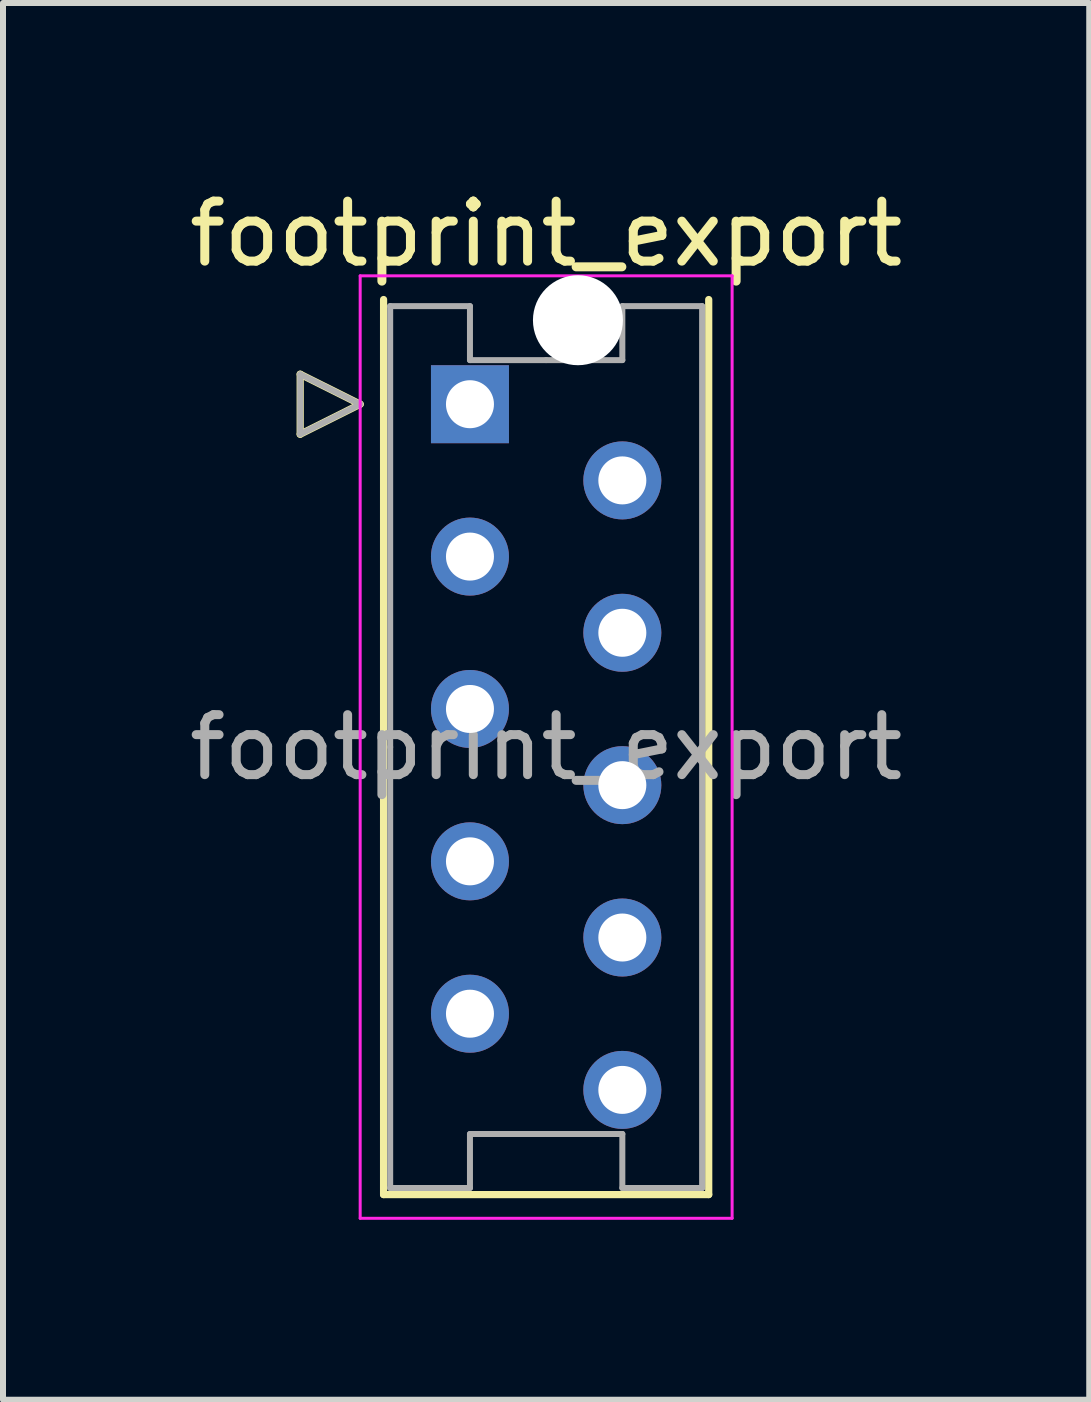
<source format=kicad_pcb>
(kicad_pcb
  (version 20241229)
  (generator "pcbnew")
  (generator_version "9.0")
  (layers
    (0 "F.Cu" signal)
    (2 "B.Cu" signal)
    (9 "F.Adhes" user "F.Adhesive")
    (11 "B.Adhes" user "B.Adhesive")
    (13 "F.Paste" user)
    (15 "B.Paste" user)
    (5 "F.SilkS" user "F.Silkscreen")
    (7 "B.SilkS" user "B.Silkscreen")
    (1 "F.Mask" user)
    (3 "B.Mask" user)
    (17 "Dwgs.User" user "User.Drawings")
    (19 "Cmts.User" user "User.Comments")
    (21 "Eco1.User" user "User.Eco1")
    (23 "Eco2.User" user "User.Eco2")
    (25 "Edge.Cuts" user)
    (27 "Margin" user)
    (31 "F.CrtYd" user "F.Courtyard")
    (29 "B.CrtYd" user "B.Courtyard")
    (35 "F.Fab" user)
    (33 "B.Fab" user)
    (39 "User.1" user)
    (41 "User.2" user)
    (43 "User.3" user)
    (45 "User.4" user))
  (footprint "footprint_export"
    (layer "F.Cu")
    (at 4.784 3.688)
    (property "Reference" "footprint_export" (at 1.27 -2.84 0) (layer "F.SilkS") (effects (font (size 1 1) (thickness 0.15))))
    (attr through_hole)
    (fp_line (start -2.83 -0.5) (end -1.83 0) (stroke (width 0.12) (type solid)) (layer "F.SilkS"))
    (fp_line (start -2.83 0.5) (end -2.83 -0.5) (stroke (width 0.12) (type solid)) (layer "F.SilkS"))
    (fp_line (start -1.83 0) (end -2.83 0.5) (stroke (width 0.12) (type solid)) (layer "F.SilkS"))
    (fp_line (start -1.44 -1.745) (end -1.44 13.175) (stroke (width 0.12) (type solid)) (layer "F.SilkS"))
    (fp_line (start -1.44 13.175) (end 3.98 13.175) (stroke (width 0.12) (type solid)) (layer "F.SilkS"))
    (fp_line (start 3.98 13.175) (end 3.98 -1.745) (stroke (width 0.12) (type solid)) (layer "F.SilkS"))
    (fp_line (start -1.83 -2.14) (end -1.83 13.57) (stroke (width 0.05) (type solid)) (layer "F.CrtYd"))
    (fp_line (start -1.83 13.57) (end 4.37 13.57) (stroke (width 0.05) (type solid)) (layer "F.CrtYd"))
    (fp_line (start 4.37 -2.14) (end -1.83 -2.14) (stroke (width 0.05) (type solid)) (layer "F.CrtYd"))
    (fp_line (start 4.37 13.57) (end 4.37 -2.14) (stroke (width 0.05) (type solid)) (layer "F.CrtYd"))
    (fp_line (start -2.83 -0.5) (end -1.83 0) (stroke (width 0.1) (type solid)) (layer "F.Fab"))
    (fp_line (start -2.83 0.5) (end -2.83 -0.5) (stroke (width 0.1) (type solid)) (layer "F.Fab"))
    (fp_line (start -1.83 0) (end -2.83 0.5) (stroke (width 0.1) (type solid)) (layer "F.Fab"))
    (fp_line (start -1.33 -1.635) (end -1.33 5.715) (stroke (width 0.1) (type solid)) (layer "F.Fab"))
    (fp_line (start -1.33 13.065) (end -1.33 5.715) (stroke (width 0.1) (type solid)) (layer "F.Fab"))
    (fp_line (start 0 -1.635) (end -1.33 -1.635) (stroke (width 0.1) (type solid)) (layer "F.Fab"))
    (fp_line (start 0 -0.735) (end 0 -1.635) (stroke (width 0.1) (type solid)) (layer "F.Fab"))
    (fp_line (start 0 12.165) (end 0 13.065) (stroke (width 0.1) (type solid)) (layer "F.Fab"))
    (fp_line (start 0 13.065) (end -1.33 13.065) (stroke (width 0.1) (type solid)) (layer "F.Fab"))
    (fp_line (start 1.27 -0.735) (end 0 -0.735) (stroke (width 0.1) (type solid)) (layer "F.Fab"))
    (fp_line (start 1.27 -0.735) (end 2.54 -0.735) (stroke (width 0.1) (type solid)) (layer "F.Fab"))
    (fp_line (start 1.27 12.165) (end 0 12.165) (stroke (width 0.1) (type solid)) (layer "F.Fab"))
    (fp_line (start 1.27 12.165) (end 2.54 12.165) (stroke (width 0.1) (type solid)) (layer "F.Fab"))
    (fp_line (start 2.54 -1.635) (end 3.87 -1.635) (stroke (width 0.1) (type solid)) (layer "F.Fab"))
    (fp_line (start 2.54 -0.735) (end 2.54 -1.635) (stroke (width 0.1) (type solid)) (layer "F.Fab"))
    (fp_line (start 2.54 12.165) (end 2.54 13.065) (stroke (width 0.1) (type solid)) (layer "F.Fab"))
    (fp_line (start 2.54 13.065) (end 3.87 13.065) (stroke (width 0.1) (type solid)) (layer "F.Fab"))
    (fp_line (start 3.87 -1.635) (end 3.87 5.715) (stroke (width 0.1) (type solid)) (layer "F.Fab"))
    (fp_line (start 3.87 13.065) (end 3.87 5.715) (stroke (width 0.1) (type solid)) (layer "F.Fab"))
    (fp_text user "${REFERENCE}" (at 1.27 5.72 0) (layer "F.Fab") (effects (font (size 1 1) (thickness 0.15))))
    (pad "" np_thru_hole circle (at 1.8 -1.4) (size 1.5 1.5) (drill 1.5) (layers "*.Cu" "*.Mask"))
    (pad "1" thru_hole rect (at 0 0) (size 1.3 1.3) (drill 0.8) (layers "*.Cu" "*.Mask"))
    (pad "2" thru_hole circle (at 2.54 1.27) (size 1.3 1.3) (drill 0.8) (layers "*.Cu" "*.Mask"))
    (pad "3" thru_hole circle (at 0 2.54) (size 1.3 1.3) (drill 0.8) (layers "*.Cu" "*.Mask"))
    (pad "4" thru_hole circle (at 2.54 3.81) (size 1.3 1.3) (drill 0.8) (layers "*.Cu" "*.Mask"))
    (pad "5" thru_hole circle (at 0 5.08) (size 1.3 1.3) (drill 0.8) (layers "*.Cu" "*.Mask"))
    (pad "6" thru_hole circle (at 2.54 6.35) (size 1.3 1.3) (drill 0.8) (layers "*.Cu" "*.Mask"))
    (pad "7" thru_hole circle (at 0 7.62) (size 1.3 1.3) (drill 0.8) (layers "*.Cu" "*.Mask"))
    (pad "8" thru_hole circle (at 2.54 8.89) (size 1.3 1.3) (drill 0.8) (layers "*.Cu" "*.Mask"))
    (pad "9" thru_hole circle (at 0 10.16) (size 1.3 1.3) (drill 0.8) (layers "*.Cu" "*.Mask"))
    (pad "10" thru_hole circle (at 2.54 11.43) (size 1.3 1.3) (drill 0.8) (layers "*.Cu" "*.Mask")))
  (gr_rect
    (start -3 -3)
    (end 15.107 20.283)
    (stroke (width 0.1) (type default))
    (fill no)
    (layer "Edge.Cuts")))
</source>
